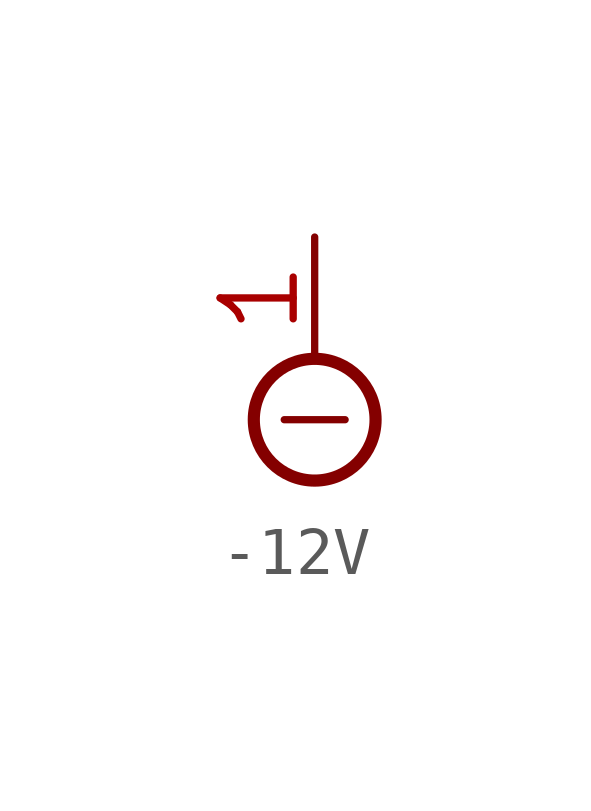
<source format=kicad_sym>
(kicad_symbol_lib
  (version 20241209)
  (generator "kicad_symbol_editor")
  (generator_version "9.0")
  (symbol "-12V"
    (power)
    (property "Reference" "#SUPPLY"
      (at 0 0 0)
      (effects (font (size 1.27 1.27)) (hide yes)))
    (property "ki_locked" ""
      (at 0 0 0)
      (effects (font (size 1.27 1.27))))
    (symbol "-12V_1_0"
      (polyline (pts (xy -0.635 0) (xy 0.635 0)) (stroke (width 0.152) (type solid)) (fill (type none)))
      (circle (center 0 0) (radius 1.27) (stroke (width 0.254) (type solid)) (fill (type none)))
      (pin power_in line (at 0 3.81 270) (length 2.54) (name "-12V" (effects (font (size 0 0)))) (number "1" (effects (font (size 1.524 1.524))))))))
</source>
